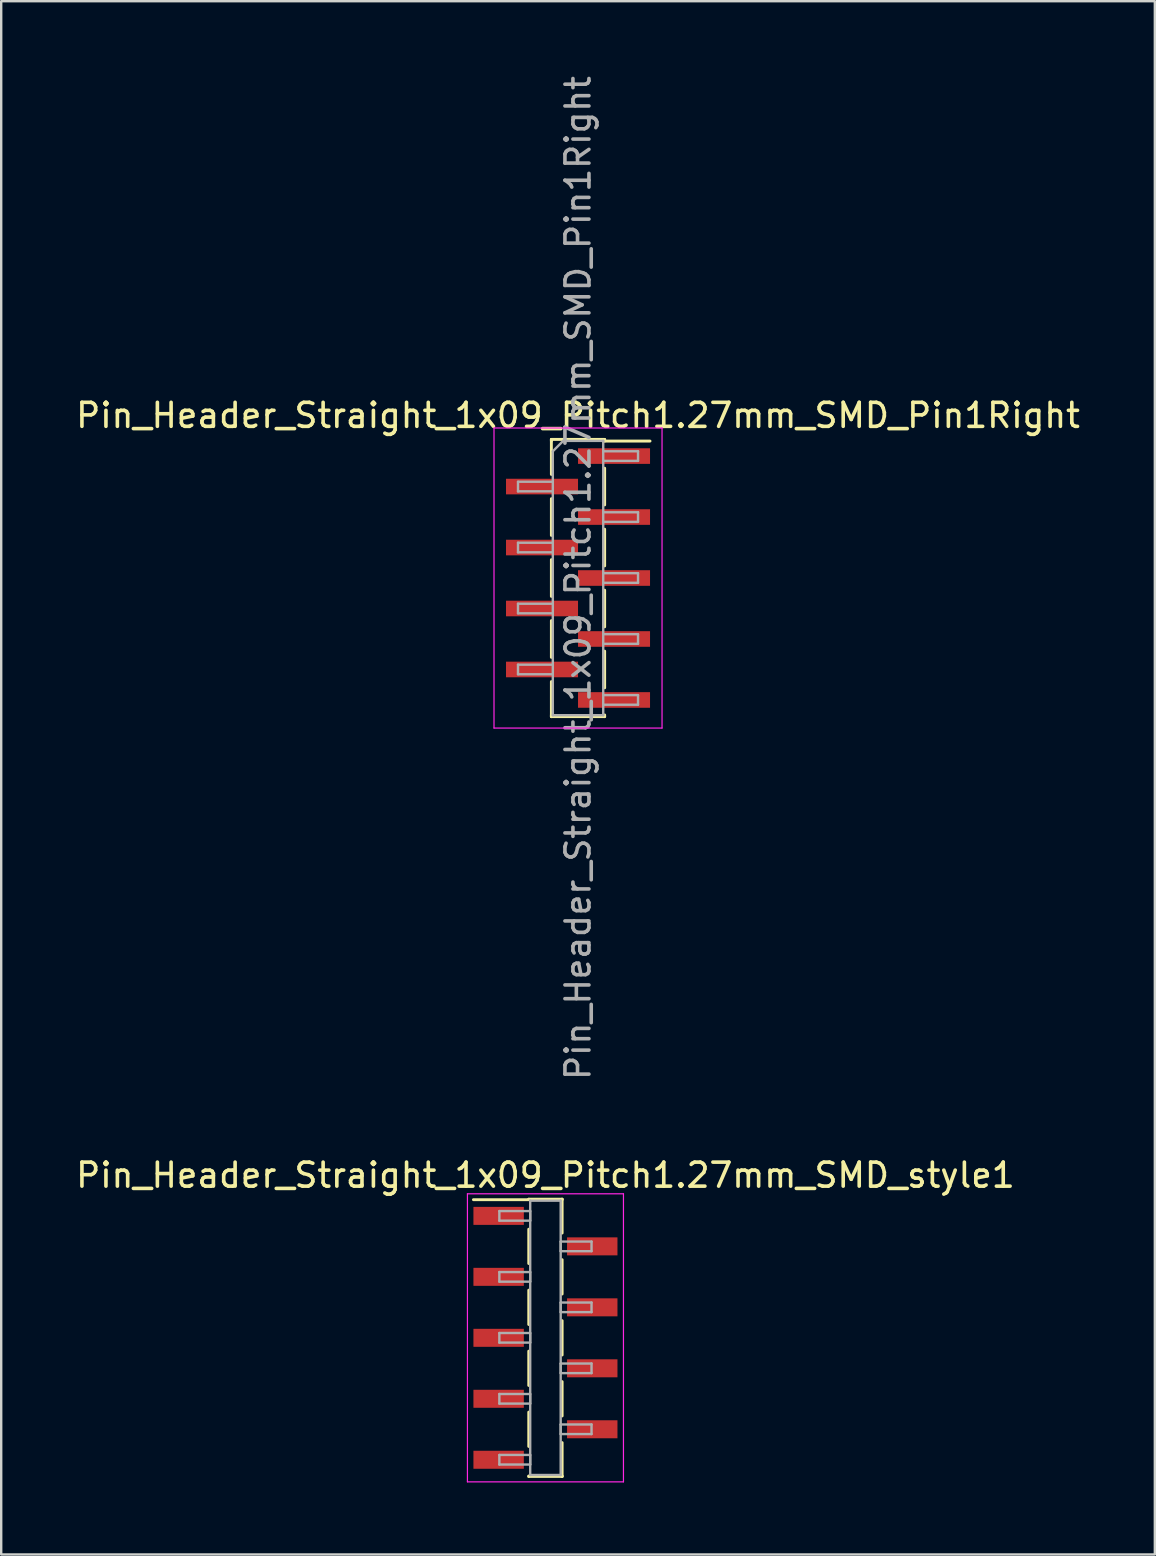
<source format=kicad_pcb>
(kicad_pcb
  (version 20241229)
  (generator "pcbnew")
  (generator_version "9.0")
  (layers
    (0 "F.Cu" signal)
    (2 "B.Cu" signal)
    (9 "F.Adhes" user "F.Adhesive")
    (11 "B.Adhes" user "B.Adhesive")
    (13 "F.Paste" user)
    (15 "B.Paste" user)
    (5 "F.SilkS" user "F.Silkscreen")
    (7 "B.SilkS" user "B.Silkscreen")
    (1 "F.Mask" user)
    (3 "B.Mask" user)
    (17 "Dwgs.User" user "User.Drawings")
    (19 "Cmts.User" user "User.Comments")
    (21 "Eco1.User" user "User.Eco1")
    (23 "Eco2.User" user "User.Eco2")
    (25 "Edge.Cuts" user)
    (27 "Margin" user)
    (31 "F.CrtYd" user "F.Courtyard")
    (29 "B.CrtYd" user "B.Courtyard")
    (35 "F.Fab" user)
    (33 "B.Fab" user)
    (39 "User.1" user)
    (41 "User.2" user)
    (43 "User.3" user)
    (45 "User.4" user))
  (footprint "Pin_Header_Straight_1x09_Pitch1.27mm_SMD_style1"
    (layer "F.Cu")
    (at 19.673 52.683)
    (property "Reference" "Pin_Header_Straight_1x09_Pitch1.27mm_SMD_style1" (at 0 -6.775 0) (layer "F.SilkS") (effects (font (size 1 1) (thickness 0.15))))
    (attr smd)
    (fp_line (start -0.695 -5.775) (end 0.695 -5.775) (stroke (width 0.12) (type solid)) (layer "F.SilkS"))
    (fp_line (start -0.695 -5.755) (end -3 -5.755) (stroke (width 0.12) (type solid)) (layer "F.SilkS"))
    (fp_line (start -0.695 -5.755) (end -0.695 -5.775) (stroke (width 0.12) (type solid)) (layer "F.SilkS"))
    (fp_line (start -0.695 -4.525) (end -0.695 -3.095) (stroke (width 0.12) (type solid)) (layer "F.SilkS"))
    (fp_line (start -0.695 -1.985) (end -0.695 -0.555) (stroke (width 0.12) (type solid)) (layer "F.SilkS"))
    (fp_line (start -0.695 0.555) (end -0.695 1.985) (stroke (width 0.12) (type solid)) (layer "F.SilkS"))
    (fp_line (start -0.695 3.095) (end -0.695 4.525) (stroke (width 0.12) (type solid)) (layer "F.SilkS"))
    (fp_line (start -0.695 5.755) (end -0.695 5.775) (stroke (width 0.12) (type solid)) (layer "F.SilkS"))
    (fp_line (start -0.695 5.775) (end 0.695 5.775) (stroke (width 0.12) (type solid)) (layer "F.SilkS"))
    (fp_line (start 0.695 -5.775) (end 0.695 -5.755) (stroke (width 0.12) (type solid)) (layer "F.SilkS"))
    (fp_line (start 0.695 -5.775) (end 0.695 -4.365) (stroke (width 0.12) (type solid)) (layer "F.SilkS"))
    (fp_line (start 0.695 -3.255) (end 0.695 -1.825) (stroke (width 0.12) (type solid)) (layer "F.SilkS"))
    (fp_line (start 0.695 -0.715) (end 0.695 0.715) (stroke (width 0.12) (type solid)) (layer "F.SilkS"))
    (fp_line (start 0.695 1.825) (end 0.695 3.255) (stroke (width 0.12) (type solid)) (layer "F.SilkS"))
    (fp_line (start 0.695 4.365) (end 0.695 5.775) (stroke (width 0.12) (type solid)) (layer "F.SilkS"))
    (fp_line (start 0.695 5.775) (end 0.695 5.755) (stroke (width 0.12) (type solid)) (layer "F.SilkS"))
    (fp_line (start -3.25 -6) (end -3.25 6) (stroke (width 0.05) (type solid)) (layer "F.CrtYd"))
    (fp_line (start -3.25 6) (end 3.25 6) (stroke (width 0.05) (type solid)) (layer "F.CrtYd"))
    (fp_line (start 3.25 -6) (end -3.25 -6) (stroke (width 0.05) (type solid)) (layer "F.CrtYd"))
    (fp_line (start 3.25 6) (end 3.25 -6) (stroke (width 0.05) (type solid)) (layer "F.CrtYd"))
    (fp_line (start -1.92 -5.28) (end -0.635 -5.28) (stroke (width 0.1) (type solid)) (layer "F.Fab"))
    (fp_line (start -1.92 -4.88) (end -1.92 -5.28) (stroke (width 0.1) (type solid)) (layer "F.Fab"))
    (fp_line (start -1.92 -2.74) (end -0.635 -2.74) (stroke (width 0.1) (type solid)) (layer "F.Fab"))
    (fp_line (start -1.92 -2.34) (end -1.92 -2.74) (stroke (width 0.1) (type solid)) (layer "F.Fab"))
    (fp_line (start -1.92 -0.2) (end -0.635 -0.2) (stroke (width 0.1) (type solid)) (layer "F.Fab"))
    (fp_line (start -1.92 0.2) (end -1.92 -0.2) (stroke (width 0.1) (type solid)) (layer "F.Fab"))
    (fp_line (start -1.92 2.34) (end -0.635 2.34) (stroke (width 0.1) (type solid)) (layer "F.Fab"))
    (fp_line (start -1.92 2.74) (end -1.92 2.34) (stroke (width 0.1) (type solid)) (layer "F.Fab"))
    (fp_line (start -1.92 4.88) (end -0.635 4.88) (stroke (width 0.1) (type solid)) (layer "F.Fab"))
    (fp_line (start -1.92 5.28) (end -1.92 4.88) (stroke (width 0.1) (type solid)) (layer "F.Fab"))
    (fp_line (start -0.635 -5.715) (end -0.635 5.715) (stroke (width 0.1) (type solid)) (layer "F.Fab"))
    (fp_line (start -0.635 -5.28) (end -0.635 -4.88) (stroke (width 0.1) (type solid)) (layer "F.Fab"))
    (fp_line (start -0.635 -4.88) (end -1.92 -4.88) (stroke (width 0.1) (type solid)) (layer "F.Fab"))
    (fp_line (start -0.635 -2.74) (end -0.635 -2.34) (stroke (width 0.1) (type solid)) (layer "F.Fab"))
    (fp_line (start -0.635 -2.34) (end -1.92 -2.34) (stroke (width 0.1) (type solid)) (layer "F.Fab"))
    (fp_line (start -0.635 -0.2) (end -0.635 0.2) (stroke (width 0.1) (type solid)) (layer "F.Fab"))
    (fp_line (start -0.635 0.2) (end -1.92 0.2) (stroke (width 0.1) (type solid)) (layer "F.Fab"))
    (fp_line (start -0.635 2.34) (end -0.635 2.74) (stroke (width 0.1) (type solid)) (layer "F.Fab"))
    (fp_line (start -0.635 2.74) (end -1.92 2.74) (stroke (width 0.1) (type solid)) (layer "F.Fab"))
    (fp_line (start -0.635 4.88) (end -0.635 5.28) (stroke (width 0.1) (type solid)) (layer "F.Fab"))
    (fp_line (start -0.635 5.28) (end -1.92 5.28) (stroke (width 0.1) (type solid)) (layer "F.Fab"))
    (fp_line (start -0.635 5.715) (end 0.635 5.715) (stroke (width 0.1) (type solid)) (layer "F.Fab"))
    (fp_line (start 0.635 -5.715) (end -0.635 -5.715) (stroke (width 0.1) (type solid)) (layer "F.Fab"))
    (fp_line (start 0.635 -4.01) (end 0.635 -3.61) (stroke (width 0.1) (type solid)) (layer "F.Fab"))
    (fp_line (start 0.635 -3.61) (end 1.92 -3.61) (stroke (width 0.1) (type solid)) (layer "F.Fab"))
    (fp_line (start 0.635 -1.47) (end 0.635 -1.07) (stroke (width 0.1) (type solid)) (layer "F.Fab"))
    (fp_line (start 0.635 -1.07) (end 1.92 -1.07) (stroke (width 0.1) (type solid)) (layer "F.Fab"))
    (fp_line (start 0.635 1.07) (end 0.635 1.47) (stroke (width 0.1) (type solid)) (layer "F.Fab"))
    (fp_line (start 0.635 1.47) (end 1.92 1.47) (stroke (width 0.1) (type solid)) (layer "F.Fab"))
    (fp_line (start 0.635 3.61) (end 0.635 4.01) (stroke (width 0.1) (type solid)) (layer "F.Fab"))
    (fp_line (start 0.635 4.01) (end 1.92 4.01) (stroke (width 0.1) (type solid)) (layer "F.Fab"))
    (fp_line (start 0.635 5.715) (end 0.635 -5.715) (stroke (width 0.1) (type solid)) (layer "F.Fab"))
    (fp_line (start 1.92 -4.01) (end 0.635 -4.01) (stroke (width 0.1) (type solid)) (layer "F.Fab"))
    (fp_line (start 1.92 -3.61) (end 1.92 -4.01) (stroke (width 0.1) (type solid)) (layer "F.Fab"))
    (fp_line (start 1.92 -1.47) (end 0.635 -1.47) (stroke (width 0.1) (type solid)) (layer "F.Fab"))
    (fp_line (start 1.92 -1.07) (end 1.92 -1.47) (stroke (width 0.1) (type solid)) (layer "F.Fab"))
    (fp_line (start 1.92 1.07) (end 0.635 1.07) (stroke (width 0.1) (type solid)) (layer "F.Fab"))
    (fp_line (start 1.92 1.47) (end 1.92 1.07) (stroke (width 0.1) (type solid)) (layer "F.Fab"))
    (fp_line (start 1.92 3.61) (end 0.635 3.61) (stroke (width 0.1) (type solid)) (layer "F.Fab"))
    (fp_line (start 1.92 4.01) (end 1.92 3.61) (stroke (width 0.1) (type solid)) (layer "F.Fab"))
    (pad "1" smd rect (at -1.95 -5.08) (size 2.1 0.75) (layers "F.Cu" "F.Mask"))
    (pad "2" smd rect (at 1.95 -3.81) (size 2.1 0.75) (layers "F.Cu" "F.Mask"))
    (pad "3" smd rect (at -1.95 -2.54) (size 2.1 0.75) (layers "F.Cu" "F.Mask"))
    (pad "4" smd rect (at 1.95 -1.27) (size 2.1 0.75) (layers "F.Cu" "F.Mask"))
    (pad "5" smd rect (at -1.95 0) (size 2.1 0.75) (layers "F.Cu" "F.Mask"))
    (pad "6" smd rect (at 1.95 1.27) (size 2.1 0.75) (layers "F.Cu" "F.Mask"))
    (pad "7" smd rect (at -1.95 2.54) (size 2.1 0.75) (layers "F.Cu" "F.Mask"))
    (pad "8" smd rect (at 1.95 3.81) (size 2.1 0.75) (layers "F.Cu" "F.Mask"))
    (pad "9" smd rect (at -1.95 5.08) (size 2.1 0.75) (layers "F.Cu" "F.Mask")))
  (footprint "Pin_Header_Straight_1x09_Pitch1.27mm_SMD_Pin1Right"
    (layer "F.Cu")
    (at 21.03 21.03)
    (property "Reference" "Pin_Header_Straight_1x09_Pitch1.27mm_SMD_Pin1Right" (at 0 -6.775 0) (layer "F.SilkS") (effects (font (size 1 1) (thickness 0.15))))
    (attr smd)
    (fp_line (start -1.11 -5.775) (end -1.11 -4.315) (stroke (width 0.12) (type solid)) (layer "F.SilkS"))
    (fp_line (start -1.11 -5.775) (end 1.11 -5.775) (stroke (width 0.12) (type solid)) (layer "F.SilkS"))
    (fp_line (start -1.11 -5.705) (end -1.11 -5.775) (stroke (width 0.12) (type solid)) (layer "F.SilkS"))
    (fp_line (start -1.11 -3.305) (end -1.11 -1.775) (stroke (width 0.12) (type solid)) (layer "F.SilkS"))
    (fp_line (start -1.11 -0.765) (end -1.11 0.765) (stroke (width 0.12) (type solid)) (layer "F.SilkS"))
    (fp_line (start -1.11 1.775) (end -1.11 3.305) (stroke (width 0.12) (type solid)) (layer "F.SilkS"))
    (fp_line (start -1.11 4.315) (end -1.11 5.775) (stroke (width 0.12) (type solid)) (layer "F.SilkS"))
    (fp_line (start -1.11 5.705) (end -1.11 5.775) (stroke (width 0.12) (type solid)) (layer "F.SilkS"))
    (fp_line (start -1.11 5.775) (end 1.11 5.775) (stroke (width 0.12) (type solid)) (layer "F.SilkS"))
    (fp_line (start 1.11 -5.775) (end 1.11 -5.705) (stroke (width 0.12) (type solid)) (layer "F.SilkS"))
    (fp_line (start 1.11 -5.705) (end 3 -5.705) (stroke (width 0.12) (type solid)) (layer "F.SilkS"))
    (fp_line (start 1.11 -4.575) (end 1.11 -3.045) (stroke (width 0.12) (type solid)) (layer "F.SilkS"))
    (fp_line (start 1.11 -2.035) (end 1.11 -0.505) (stroke (width 0.12) (type solid)) (layer "F.SilkS"))
    (fp_line (start 1.11 0.505) (end 1.11 2.035) (stroke (width 0.12) (type solid)) (layer "F.SilkS"))
    (fp_line (start 1.11 3.045) (end 1.11 4.575) (stroke (width 0.12) (type solid)) (layer "F.SilkS"))
    (fp_line (start 1.11 5.775) (end 1.11 5.705) (stroke (width 0.12) (type solid)) (layer "F.SilkS"))
    (fp_line (start -3.5 -6.25) (end -3.5 6.25) (stroke (width 0.05) (type solid)) (layer "F.CrtYd"))
    (fp_line (start -3.5 6.25) (end 3.5 6.25) (stroke (width 0.05) (type solid)) (layer "F.CrtYd"))
    (fp_line (start 3.5 -6.25) (end -3.5 -6.25) (stroke (width 0.05) (type solid)) (layer "F.CrtYd"))
    (fp_line (start 3.5 6.25) (end 3.5 -6.25) (stroke (width 0.05) (type solid)) (layer "F.CrtYd"))
    (fp_line (start -2.5 -4.01) (end -2.5 -3.61) (stroke (width 0.1) (type solid)) (layer "F.Fab"))
    (fp_line (start -2.5 -3.61) (end -1.05 -3.61) (stroke (width 0.1) (type solid)) (layer "F.Fab"))
    (fp_line (start -2.5 -1.47) (end -2.5 -1.07) (stroke (width 0.1) (type solid)) (layer "F.Fab"))
    (fp_line (start -2.5 -1.07) (end -1.05 -1.07) (stroke (width 0.1) (type solid)) (layer "F.Fab"))
    (fp_line (start -2.5 1.07) (end -2.5 1.47) (stroke (width 0.1) (type solid)) (layer "F.Fab"))
    (fp_line (start -2.5 1.47) (end -1.05 1.47) (stroke (width 0.1) (type solid)) (layer "F.Fab"))
    (fp_line (start -2.5 3.61) (end -2.5 4.01) (stroke (width 0.1) (type solid)) (layer "F.Fab"))
    (fp_line (start -2.5 4.01) (end -1.05 4.01) (stroke (width 0.1) (type solid)) (layer "F.Fab"))
    (fp_line (start -1.05 -5.28) (end -0.615 -5.715) (stroke (width 0.1) (type solid)) (layer "F.Fab"))
    (fp_line (start -1.05 -4.01) (end -2.5 -4.01) (stroke (width 0.1) (type solid)) (layer "F.Fab"))
    (fp_line (start -1.05 -1.47) (end -2.5 -1.47) (stroke (width 0.1) (type solid)) (layer "F.Fab"))
    (fp_line (start -1.05 1.07) (end -2.5 1.07) (stroke (width 0.1) (type solid)) (layer "F.Fab"))
    (fp_line (start -1.05 3.61) (end -2.5 3.61) (stroke (width 0.1) (type solid)) (layer "F.Fab"))
    (fp_line (start -1.05 5.715) (end -1.05 -5.28) (stroke (width 0.1) (type solid)) (layer "F.Fab"))
    (fp_line (start -0.615 -5.715) (end 1.05 -5.715) (stroke (width 0.1) (type solid)) (layer "F.Fab"))
    (fp_line (start 1.05 -5.715) (end 1.05 5.715) (stroke (width 0.1) (type solid)) (layer "F.Fab"))
    (fp_line (start 1.05 -5.28) (end 2.5 -5.28) (stroke (width 0.1) (type solid)) (layer "F.Fab"))
    (fp_line (start 1.05 -2.74) (end 2.5 -2.74) (stroke (width 0.1) (type solid)) (layer "F.Fab"))
    (fp_line (start 1.05 -0.2) (end 2.5 -0.2) (stroke (width 0.1) (type solid)) (layer "F.Fab"))
    (fp_line (start 1.05 2.34) (end 2.5 2.34) (stroke (width 0.1) (type solid)) (layer "F.Fab"))
    (fp_line (start 1.05 4.88) (end 2.5 4.88) (stroke (width 0.1) (type solid)) (layer "F.Fab"))
    (fp_line (start 1.05 5.715) (end -1.05 5.715) (stroke (width 0.1) (type solid)) (layer "F.Fab"))
    (fp_line (start 2.5 -5.28) (end 2.5 -4.88) (stroke (width 0.1) (type solid)) (layer "F.Fab"))
    (fp_line (start 2.5 -4.88) (end 1.05 -4.88) (stroke (width 0.1) (type solid)) (layer "F.Fab"))
    (fp_line (start 2.5 -2.74) (end 2.5 -2.34) (stroke (width 0.1) (type solid)) (layer "F.Fab"))
    (fp_line (start 2.5 -2.34) (end 1.05 -2.34) (stroke (width 0.1) (type solid)) (layer "F.Fab"))
    (fp_line (start 2.5 -0.2) (end 2.5 0.2) (stroke (width 0.1) (type solid)) (layer "F.Fab"))
    (fp_line (start 2.5 0.2) (end 1.05 0.2) (stroke (width 0.1) (type solid)) (layer "F.Fab"))
    (fp_line (start 2.5 2.34) (end 2.5 2.74) (stroke (width 0.1) (type solid)) (layer "F.Fab"))
    (fp_line (start 2.5 2.74) (end 1.05 2.74) (stroke (width 0.1) (type solid)) (layer "F.Fab"))
    (fp_line (start 2.5 4.88) (end 2.5 5.28) (stroke (width 0.1) (type solid)) (layer "F.Fab"))
    (fp_line (start 2.5 5.28) (end 1.05 5.28) (stroke (width 0.1) (type solid)) (layer "F.Fab"))
    (fp_text user "${REFERENCE}" (at 0 0 90) (layer "F.Fab") (effects (font (size 1 1) (thickness 0.15))))
    (pad "1" smd rect (at 1.5 -5.08) (size 3 0.65) (layers "F.Cu" "F.Mask" "F.Paste"))
    (pad "2" smd rect (at -1.5 -3.81) (size 3 0.65) (layers "F.Cu" "F.Mask" "F.Paste"))
    (pad "3" smd rect (at 1.5 -2.54) (size 3 0.65) (layers "F.Cu" "F.Mask" "F.Paste"))
    (pad "4" smd rect (at -1.5 -1.27) (size 3 0.65) (layers "F.Cu" "F.Mask" "F.Paste"))
    (pad "5" smd rect (at 1.5 0) (size 3 0.65) (layers "F.Cu" "F.Mask" "F.Paste"))
    (pad "6" smd rect (at -1.5 1.27) (size 3 0.65) (layers "F.Cu" "F.Mask" "F.Paste"))
    (pad "7" smd rect (at 1.5 2.54) (size 3 0.65) (layers "F.Cu" "F.Mask" "F.Paste"))
    (pad "8" smd rect (at -1.5 3.81) (size 3 0.65) (layers "F.Cu" "F.Mask" "F.Paste"))
    (pad "9" smd rect (at 1.5 5.08) (size 3 0.65) (layers "F.Cu" "F.Mask" "F.Paste")))
  (gr_rect
    (start -3 -3)
    (end 45.06 61.708)
    (stroke (width 0.1) (type default))
    (fill no)
    (layer "Edge.Cuts")))
</source>
